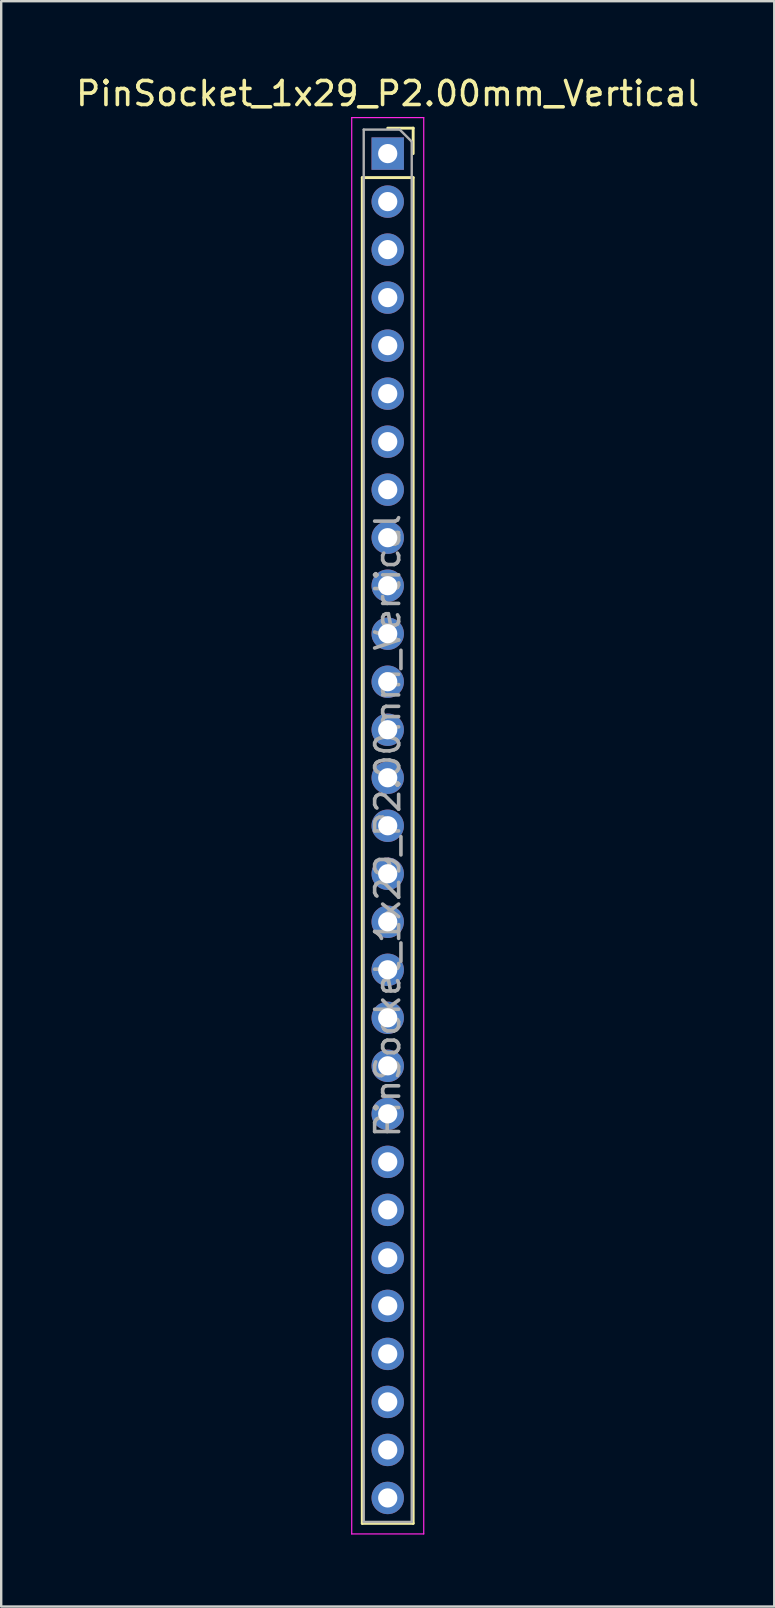
<source format=kicad_pcb>
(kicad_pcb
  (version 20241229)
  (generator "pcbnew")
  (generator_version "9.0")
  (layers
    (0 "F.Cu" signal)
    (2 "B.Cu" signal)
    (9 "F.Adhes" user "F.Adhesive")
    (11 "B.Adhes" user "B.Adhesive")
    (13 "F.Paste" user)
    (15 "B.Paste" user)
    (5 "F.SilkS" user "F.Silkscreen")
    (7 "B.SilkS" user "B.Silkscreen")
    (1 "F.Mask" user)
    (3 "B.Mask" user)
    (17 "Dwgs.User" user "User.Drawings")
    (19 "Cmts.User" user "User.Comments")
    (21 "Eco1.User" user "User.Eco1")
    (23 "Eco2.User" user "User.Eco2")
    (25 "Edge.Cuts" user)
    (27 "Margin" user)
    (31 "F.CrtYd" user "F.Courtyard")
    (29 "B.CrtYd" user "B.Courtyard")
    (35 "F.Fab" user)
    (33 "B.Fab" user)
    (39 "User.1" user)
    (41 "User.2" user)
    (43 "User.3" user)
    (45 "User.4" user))
  (footprint "PinSocket_1x29_P2.00mm_Vertical"
    (layer "F.Cu")
    (at 13.101 3.348)
    (property "Reference" "PinSocket_1x29_P2.00mm_Vertical" (at 0 -2.5 0) (layer "F.SilkS") (effects (font (size 1 1) (thickness 0.15))))
    (attr through_hole)
    (fp_line (start -1.06 1) (end -1.06 57.06) (stroke (width 0.12) (type solid)) (layer "F.SilkS"))
    (fp_line (start -1.06 1) (end 1.06 1) (stroke (width 0.12) (type solid)) (layer "F.SilkS"))
    (fp_line (start -1.06 57.06) (end 1.06 57.06) (stroke (width 0.12) (type solid)) (layer "F.SilkS"))
    (fp_line (start 0 -1.06) (end 1.06 -1.06) (stroke (width 0.12) (type solid)) (layer "F.SilkS"))
    (fp_line (start 1.06 -1.06) (end 1.06 0) (stroke (width 0.12) (type solid)) (layer "F.SilkS"))
    (fp_line (start 1.06 1) (end 1.06 57.06) (stroke (width 0.12) (type solid)) (layer "F.SilkS"))
    (fp_line (start -1.5 -1.5) (end 1.5 -1.5) (stroke (width 0.05) (type solid)) (layer "F.CrtYd"))
    (fp_line (start -1.5 57.5) (end -1.5 -1.5) (stroke (width 0.05) (type solid)) (layer "F.CrtYd"))
    (fp_line (start 1.5 -1.5) (end 1.5 57.5) (stroke (width 0.05) (type solid)) (layer "F.CrtYd"))
    (fp_line (start 1.5 57.5) (end -1.5 57.5) (stroke (width 0.05) (type solid)) (layer "F.CrtYd"))
    (fp_line (start -1 -1) (end 0.5 -1) (stroke (width 0.1) (type solid)) (layer "F.Fab"))
    (fp_line (start -1 57) (end -1 -1) (stroke (width 0.1) (type solid)) (layer "F.Fab"))
    (fp_line (start 0.5 -1) (end 1 -0.5) (stroke (width 0.1) (type solid)) (layer "F.Fab"))
    (fp_line (start 1 -0.5) (end 1 57) (stroke (width 0.1) (type solid)) (layer "F.Fab"))
    (fp_line (start 1 57) (end -1 57) (stroke (width 0.1) (type solid)) (layer "F.Fab"))
    (fp_text user "${REFERENCE}" (at 0 28 90) (layer "F.Fab") (effects (font (size 1 1) (thickness 0.15))))
    (pad "1" thru_hole rect (at 0 0) (size 1.35 1.35) (drill 0.8) (layers "*.Cu" "*.Mask"))
    (pad "2" thru_hole circle (at 0 2) (size 1.35 1.35) (drill 0.8) (layers "*.Cu" "*.Mask"))
    (pad "3" thru_hole circle (at 0 4) (size 1.35 1.35) (drill 0.8) (layers "*.Cu" "*.Mask"))
    (pad "4" thru_hole circle (at 0 6) (size 1.35 1.35) (drill 0.8) (layers "*.Cu" "*.Mask"))
    (pad "5" thru_hole circle (at 0 8) (size 1.35 1.35) (drill 0.8) (layers "*.Cu" "*.Mask"))
    (pad "6" thru_hole circle (at 0 10) (size 1.35 1.35) (drill 0.8) (layers "*.Cu" "*.Mask"))
    (pad "7" thru_hole circle (at 0 12) (size 1.35 1.35) (drill 0.8) (layers "*.Cu" "*.Mask"))
    (pad "8" thru_hole circle (at 0 14) (size 1.35 1.35) (drill 0.8) (layers "*.Cu" "*.Mask"))
    (pad "9" thru_hole circle (at 0 16) (size 1.35 1.35) (drill 0.8) (layers "*.Cu" "*.Mask"))
    (pad "10" thru_hole circle (at 0 18) (size 1.35 1.35) (drill 0.8) (layers "*.Cu" "*.Mask"))
    (pad "11" thru_hole circle (at 0 20) (size 1.35 1.35) (drill 0.8) (layers "*.Cu" "*.Mask"))
    (pad "12" thru_hole circle (at 0 22) (size 1.35 1.35) (drill 0.8) (layers "*.Cu" "*.Mask"))
    (pad "13" thru_hole circle (at 0 24) (size 1.35 1.35) (drill 0.8) (layers "*.Cu" "*.Mask"))
    (pad "14" thru_hole circle (at 0 26) (size 1.35 1.35) (drill 0.8) (layers "*.Cu" "*.Mask"))
    (pad "15" thru_hole circle (at 0 28) (size 1.35 1.35) (drill 0.8) (layers "*.Cu" "*.Mask"))
    (pad "16" thru_hole circle (at 0 30) (size 1.35 1.35) (drill 0.8) (layers "*.Cu" "*.Mask"))
    (pad "17" thru_hole circle (at 0 32) (size 1.35 1.35) (drill 0.8) (layers "*.Cu" "*.Mask"))
    (pad "18" thru_hole circle (at 0 34) (size 1.35 1.35) (drill 0.8) (layers "*.Cu" "*.Mask"))
    (pad "19" thru_hole circle (at 0 36) (size 1.35 1.35) (drill 0.8) (layers "*.Cu" "*.Mask"))
    (pad "20" thru_hole circle (at 0 38) (size 1.35 1.35) (drill 0.8) (layers "*.Cu" "*.Mask"))
    (pad "21" thru_hole circle (at 0 40) (size 1.35 1.35) (drill 0.8) (layers "*.Cu" "*.Mask"))
    (pad "22" thru_hole circle (at 0 42) (size 1.35 1.35) (drill 0.8) (layers "*.Cu" "*.Mask"))
    (pad "23" thru_hole circle (at 0 44) (size 1.35 1.35) (drill 0.8) (layers "*.Cu" "*.Mask"))
    (pad "24" thru_hole circle (at 0 46) (size 1.35 1.35) (drill 0.8) (layers "*.Cu" "*.Mask"))
    (pad "25" thru_hole circle (at 0 48) (size 1.35 1.35) (drill 0.8) (layers "*.Cu" "*.Mask"))
    (pad "26" thru_hole circle (at 0 50) (size 1.35 1.35) (drill 0.8) (layers "*.Cu" "*.Mask"))
    (pad "27" thru_hole circle (at 0 52) (size 1.35 1.35) (drill 0.8) (layers "*.Cu" "*.Mask"))
    (pad "28" thru_hole circle (at 0 54) (size 1.35 1.35) (drill 0.8) (layers "*.Cu" "*.Mask"))
    (pad "29" thru_hole circle (at 0 56) (size 1.35 1.35) (drill 0.8) (layers "*.Cu" "*.Mask")))
  (gr_rect
    (start -3 -3)
    (end 29.202 63.873)
    (stroke (width 0.1) (type default))
    (fill no)
    (layer "Edge.Cuts")))
</source>
